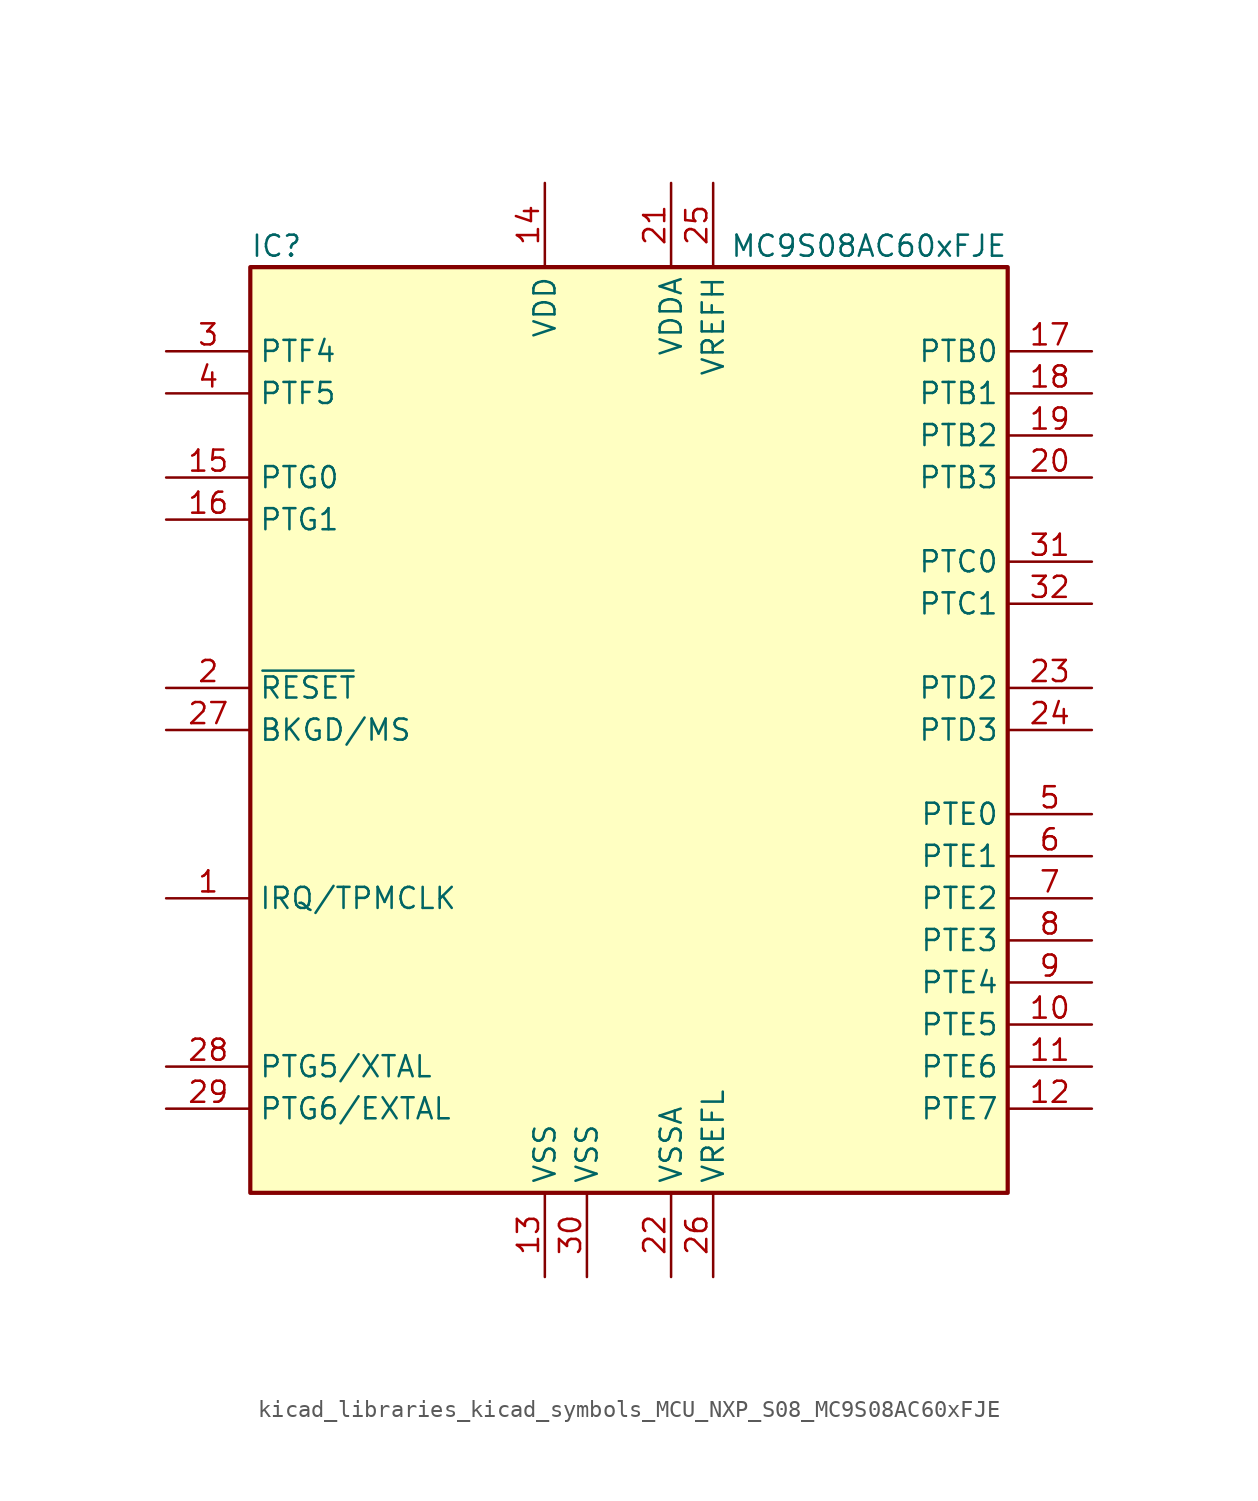
<source format=kicad_sym>
(kicad_symbol_lib
  (version 20220914)
  (generator kicad_symbol_editor)
  (symbol "kicad_libraries_kicad_symbols_MCU_NXP_S08_MC9S08AC60xFJE"
    (property "Reference" "IC"
      (at -22.86 29.21 0)
      (effects (font (size 1.27 1.27)) (justify left)))
    (property "Value" "MC9S08AC60xFJE"
      (at 22.86 29.21 0)
      (effects (font (size 1.27 1.27)) (justify right)))
    (symbol "kicad_libraries_kicad_symbols_MCU_NXP_S08_MC9S08AC60xFJE_0_1"
      (rectangle (start -22.86 27.94) (end 22.86 -27.94) (stroke (width 0.254) (type default)) (fill (type background))))
    (symbol "kicad_libraries_kicad_symbols_MCU_NXP_S08_MC9S08AC60xFJE_1_1"
      (pin input line (at -27.94 -10.16 0) (length 5.08) (name "IRQ/TPMCLK" (effects (font (size 1.27 1.27)))) (number "1" (effects (font (size 1.27 1.27)))))
      (pin bidirectional line (at 27.94 -17.78 180) (length 5.08) (name "PTE5" (effects (font (size 1.27 1.27)))) (number "10" (effects (font (size 1.27 1.27)))))
      (pin bidirectional line (at 27.94 -20.32 180) (length 5.08) (name "PTE6" (effects (font (size 1.27 1.27)))) (number "11" (effects (font (size 1.27 1.27)))))
      (pin bidirectional line (at 27.94 -22.86 180) (length 5.08) (name "PTE7" (effects (font (size 1.27 1.27)))) (number "12" (effects (font (size 1.27 1.27)))))
      (pin power_in line (at -5.08 -33.02 90) (length 5.08) (name "VSS" (effects (font (size 1.27 1.27)))) (number "13" (effects (font (size 1.27 1.27)))))
      (pin power_in line (at -5.08 33.02 270) (length 5.08) (name "VDD" (effects (font (size 1.27 1.27)))) (number "14" (effects (font (size 1.27 1.27)))))
      (pin bidirectional line (at -27.94 15.24 0) (length 5.08) (name "PTG0" (effects (font (size 1.27 1.27)))) (number "15" (effects (font (size 1.27 1.27)))))
      (pin bidirectional line (at -27.94 12.7 0) (length 5.08) (name "PTG1" (effects (font (size 1.27 1.27)))) (number "16" (effects (font (size 1.27 1.27)))))
      (pin bidirectional line (at 27.94 22.86 180) (length 5.08) (name "PTB0" (effects (font (size 1.27 1.27)))) (number "17" (effects (font (size 1.27 1.27)))))
      (pin bidirectional line (at 27.94 20.32 180) (length 5.08) (name "PTB1" (effects (font (size 1.27 1.27)))) (number "18" (effects (font (size 1.27 1.27)))))
      (pin bidirectional line (at 27.94 17.78 180) (length 5.08) (name "PTB2" (effects (font (size 1.27 1.27)))) (number "19" (effects (font (size 1.27 1.27)))))
      (pin input line (at -27.94 2.54 0) (length 5.08) (name "~{RESET}" (effects (font (size 1.27 1.27)))) (number "2" (effects (font (size 1.27 1.27)))))
      (pin bidirectional line (at 27.94 15.24 180) (length 5.08) (name "PTB3" (effects (font (size 1.27 1.27)))) (number "20" (effects (font (size 1.27 1.27)))))
      (pin power_in line (at 2.54 33.02 270) (length 5.08) (name "VDDA" (effects (font (size 1.27 1.27)))) (number "21" (effects (font (size 1.27 1.27)))))
      (pin power_in line (at 2.54 -33.02 90) (length 5.08) (name "VSSA" (effects (font (size 1.27 1.27)))) (number "22" (effects (font (size 1.27 1.27)))))
      (pin bidirectional line (at 27.94 2.54 180) (length 5.08) (name "PTD2" (effects (font (size 1.27 1.27)))) (number "23" (effects (font (size 1.27 1.27)))))
      (pin bidirectional line (at 27.94 0 180) (length 5.08) (name "PTD3" (effects (font (size 1.27 1.27)))) (number "24" (effects (font (size 1.27 1.27)))))
      (pin power_in line (at 5.08 33.02 270) (length 5.08) (name "VREFH" (effects (font (size 1.27 1.27)))) (number "25" (effects (font (size 1.27 1.27)))))
      (pin power_in line (at 5.08 -33.02 90) (length 5.08) (name "VREFL" (effects (font (size 1.27 1.27)))) (number "26" (effects (font (size 1.27 1.27)))))
      (pin bidirectional line (at -27.94 0 0) (length 5.08) (name "BKGD/MS" (effects (font (size 1.27 1.27)))) (number "27" (effects (font (size 1.27 1.27)))))
      (pin bidirectional line (at -27.94 -20.32 0) (length 5.08) (name "PTG5/XTAL" (effects (font (size 1.27 1.27)))) (number "28" (effects (font (size 1.27 1.27)))))
      (pin bidirectional line (at -27.94 -22.86 0) (length 5.08) (name "PTG6/EXTAL" (effects (font (size 1.27 1.27)))) (number "29" (effects (font (size 1.27 1.27)))))
      (pin bidirectional line (at -27.94 22.86 0) (length 5.08) (name "PTF4" (effects (font (size 1.27 1.27)))) (number "3" (effects (font (size 1.27 1.27)))))
      (pin power_in line (at -2.54 -33.02 90) (length 5.08) (name "VSS" (effects (font (size 1.27 1.27)))) (number "30" (effects (font (size 1.27 1.27)))))
      (pin bidirectional line (at 27.94 10.16 180) (length 5.08) (name "PTC0" (effects (font (size 1.27 1.27)))) (number "31" (effects (font (size 1.27 1.27)))))
      (pin bidirectional line (at 27.94 7.62 180) (length 5.08) (name "PTC1" (effects (font (size 1.27 1.27)))) (number "32" (effects (font (size 1.27 1.27)))))
      (pin bidirectional line (at -27.94 20.32 0) (length 5.08) (name "PTF5" (effects (font (size 1.27 1.27)))) (number "4" (effects (font (size 1.27 1.27)))))
      (pin bidirectional line (at 27.94 -5.08 180) (length 5.08) (name "PTE0" (effects (font (size 1.27 1.27)))) (number "5" (effects (font (size 1.27 1.27)))))
      (pin bidirectional line (at 27.94 -7.62 180) (length 5.08) (name "PTE1" (effects (font (size 1.27 1.27)))) (number "6" (effects (font (size 1.27 1.27)))))
      (pin bidirectional line (at 27.94 -10.16 180) (length 5.08) (name "PTE2" (effects (font (size 1.27 1.27)))) (number "7" (effects (font (size 1.27 1.27)))))
      (pin bidirectional line (at 27.94 -12.7 180) (length 5.08) (name "PTE3" (effects (font (size 1.27 1.27)))) (number "8" (effects (font (size 1.27 1.27)))))
      (pin bidirectional line (at 27.94 -15.24 180) (length 5.08) (name "PTE4" (effects (font (size 1.27 1.27)))) (number "9" (effects (font (size 1.27 1.27))))))))
</source>
